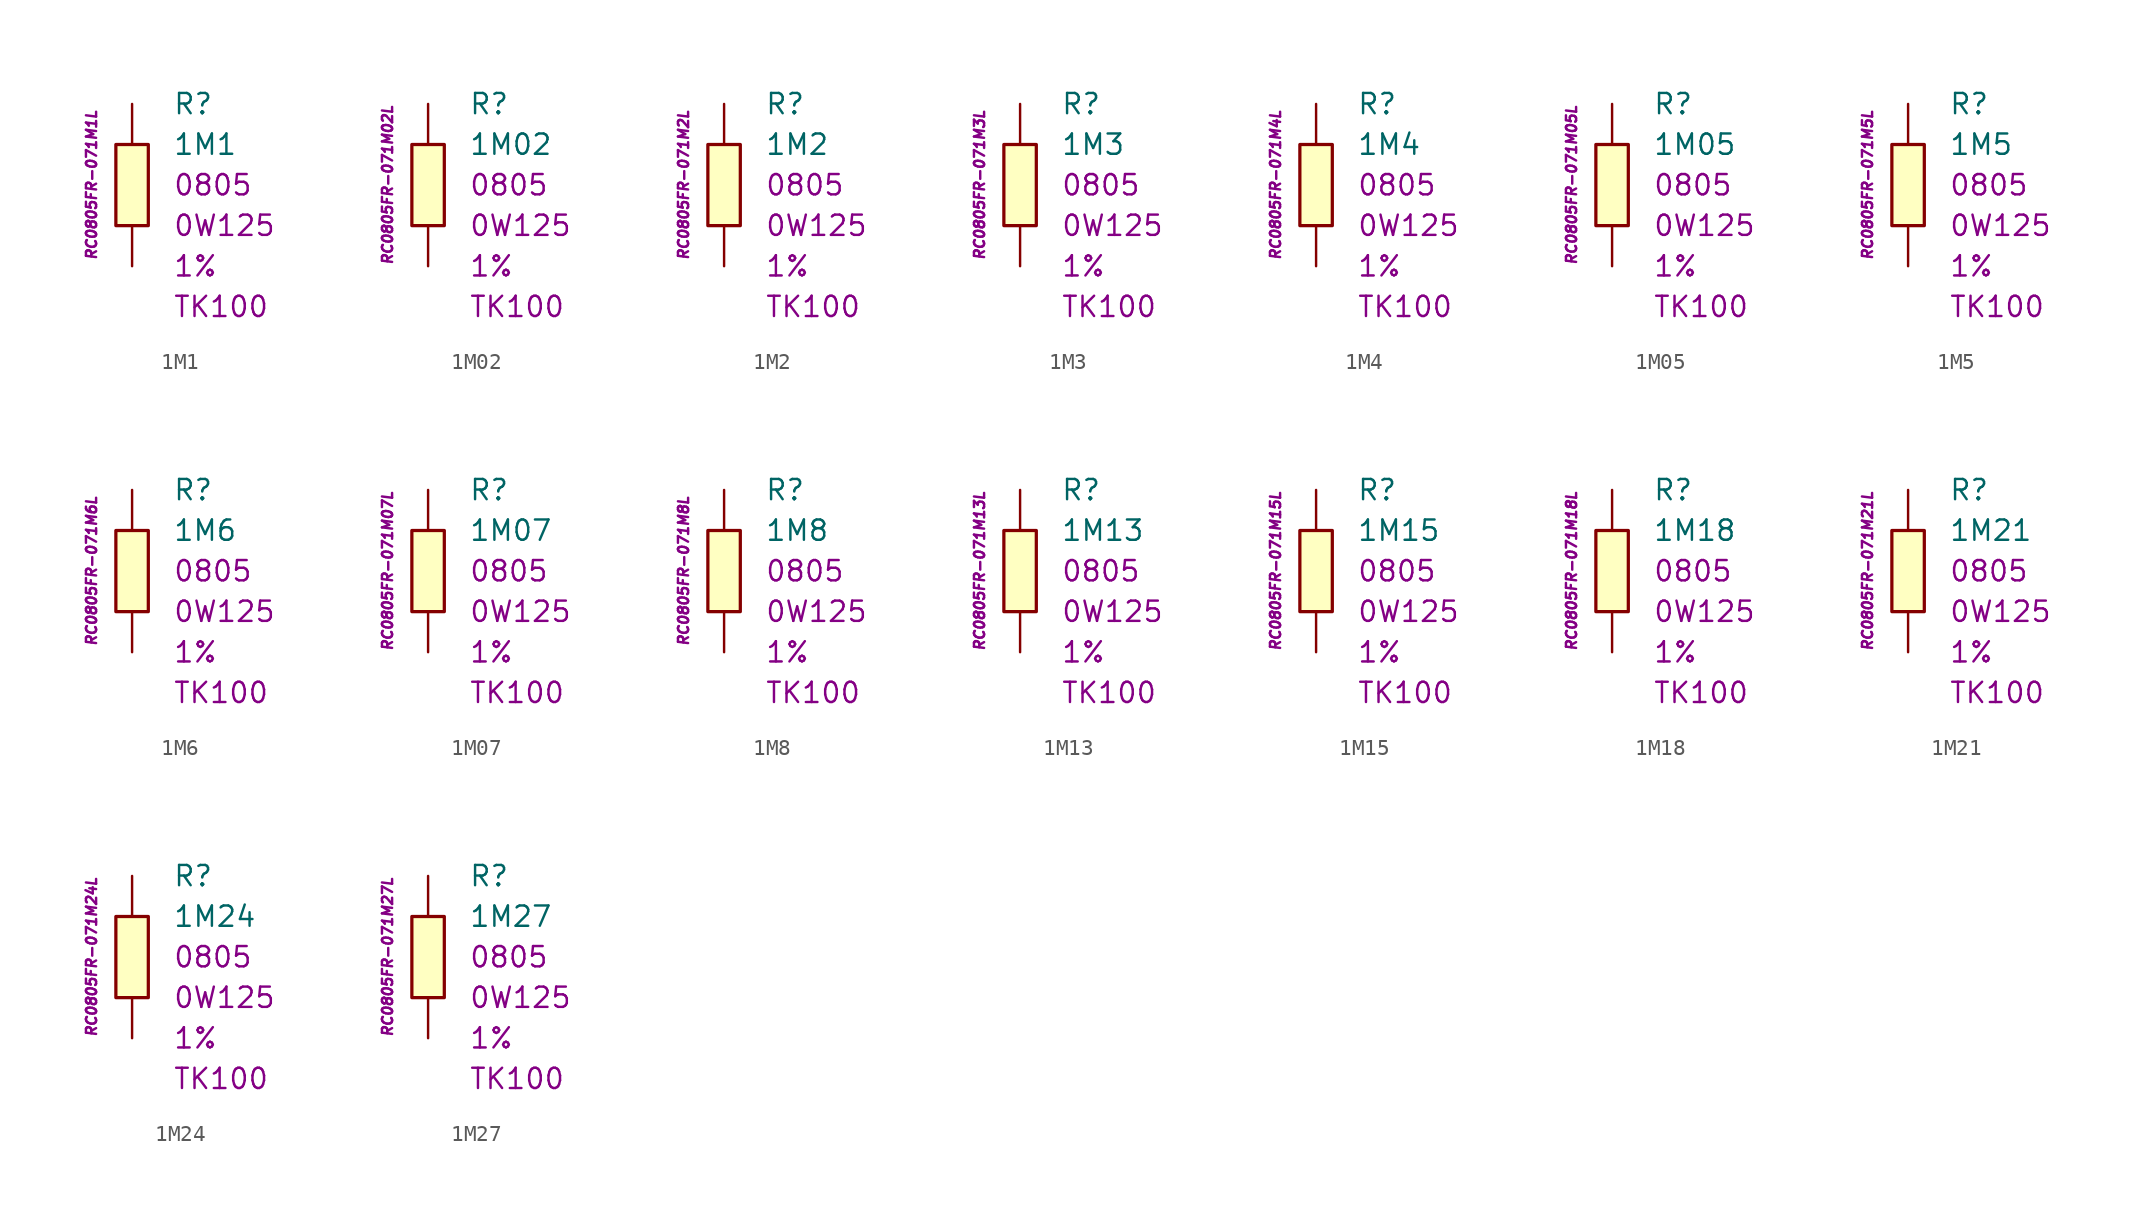
<source format=kicad_sym>
(kicad_symbol_lib
  (version 20201005)
  (generator kicad_symbol_editor)
  (symbol "1M1"
    (pin_numbers hide)
    (pin_names
      (offset 1.016) hide)
    (property "Reference" "R"
      (at 2.54 5.08 0)
      (effects (font (size 1.27 1.27)) (justify left)))
    (property "Value" "1M1"
      (at 2.54 2.54 0)
      (effects (font (size 1.27 1.27)) (justify left)))
    (property "Package" "0805"
      (at 2.54 0 0)
      (effects (font (size 1.27 1.27)) (justify left)))
    (property "Power" "0W125"
      (at 2.54 -2.54 0)
      (effects (font (size 1.27 1.27)) (justify left)))
    (property "Tolerance" "1%"
      (at 2.54 -5.08 0)
      (effects (font (size 1.27 1.27)) (justify left)))
    (property "TK" "TK100"
      (at 2.54 -7.62 0)
      (effects (font (size 1.27 1.27)) (justify left)))
    (property "ID" "RC0805FR-071M1L"
      (at -2.54 0 90)
      (effects (font (size 0.635 0.635) italic)))
    (symbol "1M1_0_1"
      (rectangle (start -1.016 2.54) (end 1.016 -2.54) (stroke (width 0.203)) (fill (type background))))
    (symbol "1M1_1_1"
      (pin passive line (at 0 5.08 270) (length 2.54) (name "~" (effects (font (size 1.778 1.778)))) (number "1" (effects (font (size 1.778 1.778)))))
      (pin passive line (at 0 -5.08 90) (length 2.54) (name "~" (effects (font (size 1.778 1.778)))) (number "2" (effects (font (size 1.778 1.778)))))))
  (symbol "1M02"
    (pin_numbers hide)
    (pin_names
      (offset 1.016) hide)
    (property "Reference" "R"
      (at 2.54 5.08 0)
      (effects (font (size 1.27 1.27)) (justify left)))
    (property "Value" "1M02"
      (at 2.54 2.54 0)
      (effects (font (size 1.27 1.27)) (justify left)))
    (property "Package" "0805"
      (at 2.54 0 0)
      (effects (font (size 1.27 1.27)) (justify left)))
    (property "Power" "0W125"
      (at 2.54 -2.54 0)
      (effects (font (size 1.27 1.27)) (justify left)))
    (property "Tolerance" "1%"
      (at 2.54 -5.08 0)
      (effects (font (size 1.27 1.27)) (justify left)))
    (property "TK" "TK100"
      (at 2.54 -7.62 0)
      (effects (font (size 1.27 1.27)) (justify left)))
    (property "ID" "RC0805FR-071M02L"
      (at -2.54 0 90)
      (effects (font (size 0.635 0.635) italic)))
    (symbol "1M02_0_1"
      (rectangle (start -1.016 2.54) (end 1.016 -2.54) (stroke (width 0.203)) (fill (type background))))
    (symbol "1M02_1_1"
      (pin passive line (at 0 5.08 270) (length 2.54) (name "~" (effects (font (size 1.778 1.778)))) (number "1" (effects (font (size 1.778 1.778)))))
      (pin passive line (at 0 -5.08 90) (length 2.54) (name "~" (effects (font (size 1.778 1.778)))) (number "2" (effects (font (size 1.778 1.778)))))))
  (symbol "1M2"
    (pin_numbers hide)
    (pin_names
      (offset 1.016) hide)
    (property "Reference" "R"
      (at 2.54 5.08 0)
      (effects (font (size 1.27 1.27)) (justify left)))
    (property "Value" "1M2"
      (at 2.54 2.54 0)
      (effects (font (size 1.27 1.27)) (justify left)))
    (property "Package" "0805"
      (at 2.54 0 0)
      (effects (font (size 1.27 1.27)) (justify left)))
    (property "Power" "0W125"
      (at 2.54 -2.54 0)
      (effects (font (size 1.27 1.27)) (justify left)))
    (property "Tolerance" "1%"
      (at 2.54 -5.08 0)
      (effects (font (size 1.27 1.27)) (justify left)))
    (property "TK" "TK100"
      (at 2.54 -7.62 0)
      (effects (font (size 1.27 1.27)) (justify left)))
    (property "ID" "RC0805FR-071M2L"
      (at -2.54 0 90)
      (effects (font (size 0.635 0.635) italic)))
    (symbol "1M2_0_1"
      (rectangle (start -1.016 2.54) (end 1.016 -2.54) (stroke (width 0.203)) (fill (type background))))
    (symbol "1M2_1_1"
      (pin passive line (at 0 5.08 270) (length 2.54) (name "~" (effects (font (size 1.778 1.778)))) (number "1" (effects (font (size 1.778 1.778)))))
      (pin passive line (at 0 -5.08 90) (length 2.54) (name "~" (effects (font (size 1.778 1.778)))) (number "2" (effects (font (size 1.778 1.778)))))))
  (symbol "1M3"
    (pin_numbers hide)
    (pin_names
      (offset 1.016) hide)
    (property "Reference" "R"
      (at 2.54 5.08 0)
      (effects (font (size 1.27 1.27)) (justify left)))
    (property "Value" "1M3"
      (at 2.54 2.54 0)
      (effects (font (size 1.27 1.27)) (justify left)))
    (property "Package" "0805"
      (at 2.54 0 0)
      (effects (font (size 1.27 1.27)) (justify left)))
    (property "Power" "0W125"
      (at 2.54 -2.54 0)
      (effects (font (size 1.27 1.27)) (justify left)))
    (property "Tolerance" "1%"
      (at 2.54 -5.08 0)
      (effects (font (size 1.27 1.27)) (justify left)))
    (property "TK" "TK100"
      (at 2.54 -7.62 0)
      (effects (font (size 1.27 1.27)) (justify left)))
    (property "ID" "RC0805FR-071M3L"
      (at -2.54 0 90)
      (effects (font (size 0.635 0.635) italic)))
    (symbol "1M3_0_1"
      (rectangle (start -1.016 2.54) (end 1.016 -2.54) (stroke (width 0.203)) (fill (type background))))
    (symbol "1M3_1_1"
      (pin passive line (at 0 5.08 270) (length 2.54) (name "~" (effects (font (size 1.778 1.778)))) (number "1" (effects (font (size 1.778 1.778)))))
      (pin passive line (at 0 -5.08 90) (length 2.54) (name "~" (effects (font (size 1.778 1.778)))) (number "2" (effects (font (size 1.778 1.778)))))))
  (symbol "1M4"
    (pin_numbers hide)
    (pin_names
      (offset 1.016) hide)
    (property "Reference" "R"
      (at 2.54 5.08 0)
      (effects (font (size 1.27 1.27)) (justify left)))
    (property "Value" "1M4"
      (at 2.54 2.54 0)
      (effects (font (size 1.27 1.27)) (justify left)))
    (property "Package" "0805"
      (at 2.54 0 0)
      (effects (font (size 1.27 1.27)) (justify left)))
    (property "Power" "0W125"
      (at 2.54 -2.54 0)
      (effects (font (size 1.27 1.27)) (justify left)))
    (property "Tolerance" "1%"
      (at 2.54 -5.08 0)
      (effects (font (size 1.27 1.27)) (justify left)))
    (property "TK" "TK100"
      (at 2.54 -7.62 0)
      (effects (font (size 1.27 1.27)) (justify left)))
    (property "ID" "RC0805FR-071M4L"
      (at -2.54 0 90)
      (effects (font (size 0.635 0.635) italic)))
    (symbol "1M4_0_1"
      (rectangle (start -1.016 2.54) (end 1.016 -2.54) (stroke (width 0.203)) (fill (type background))))
    (symbol "1M4_1_1"
      (pin passive line (at 0 5.08 270) (length 2.54) (name "~" (effects (font (size 1.778 1.778)))) (number "1" (effects (font (size 1.778 1.778)))))
      (pin passive line (at 0 -5.08 90) (length 2.54) (name "~" (effects (font (size 1.778 1.778)))) (number "2" (effects (font (size 1.778 1.778)))))))
  (symbol "1M05"
    (pin_numbers hide)
    (pin_names
      (offset 1.016) hide)
    (property "Reference" "R"
      (at 2.54 5.08 0)
      (effects (font (size 1.27 1.27)) (justify left)))
    (property "Value" "1M05"
      (at 2.54 2.54 0)
      (effects (font (size 1.27 1.27)) (justify left)))
    (property "Package" "0805"
      (at 2.54 0 0)
      (effects (font (size 1.27 1.27)) (justify left)))
    (property "Power" "0W125"
      (at 2.54 -2.54 0)
      (effects (font (size 1.27 1.27)) (justify left)))
    (property "Tolerance" "1%"
      (at 2.54 -5.08 0)
      (effects (font (size 1.27 1.27)) (justify left)))
    (property "TK" "TK100"
      (at 2.54 -7.62 0)
      (effects (font (size 1.27 1.27)) (justify left)))
    (property "ID" "RC0805FR-071M05L"
      (at -2.54 0 90)
      (effects (font (size 0.635 0.635) italic)))
    (symbol "1M05_0_1"
      (rectangle (start -1.016 2.54) (end 1.016 -2.54) (stroke (width 0.203)) (fill (type background))))
    (symbol "1M05_1_1"
      (pin passive line (at 0 5.08 270) (length 2.54) (name "~" (effects (font (size 1.778 1.778)))) (number "1" (effects (font (size 1.778 1.778)))))
      (pin passive line (at 0 -5.08 90) (length 2.54) (name "~" (effects (font (size 1.778 1.778)))) (number "2" (effects (font (size 1.778 1.778)))))))
  (symbol "1M5"
    (pin_numbers hide)
    (pin_names
      (offset 1.016) hide)
    (property "Reference" "R"
      (at 2.54 5.08 0)
      (effects (font (size 1.27 1.27)) (justify left)))
    (property "Value" "1M5"
      (at 2.54 2.54 0)
      (effects (font (size 1.27 1.27)) (justify left)))
    (property "Package" "0805"
      (at 2.54 0 0)
      (effects (font (size 1.27 1.27)) (justify left)))
    (property "Power" "0W125"
      (at 2.54 -2.54 0)
      (effects (font (size 1.27 1.27)) (justify left)))
    (property "Tolerance" "1%"
      (at 2.54 -5.08 0)
      (effects (font (size 1.27 1.27)) (justify left)))
    (property "TK" "TK100"
      (at 2.54 -7.62 0)
      (effects (font (size 1.27 1.27)) (justify left)))
    (property "ID" "RC0805FR-071M5L"
      (at -2.54 0 90)
      (effects (font (size 0.635 0.635) italic)))
    (symbol "1M5_0_1"
      (rectangle (start -1.016 2.54) (end 1.016 -2.54) (stroke (width 0.203)) (fill (type background))))
    (symbol "1M5_1_1"
      (pin passive line (at 0 5.08 270) (length 2.54) (name "~" (effects (font (size 1.778 1.778)))) (number "1" (effects (font (size 1.778 1.778)))))
      (pin passive line (at 0 -5.08 90) (length 2.54) (name "~" (effects (font (size 1.778 1.778)))) (number "2" (effects (font (size 1.778 1.778)))))))
  (symbol "1M6"
    (pin_numbers hide)
    (pin_names
      (offset 1.016) hide)
    (property "Reference" "R"
      (at 2.54 5.08 0)
      (effects (font (size 1.27 1.27)) (justify left)))
    (property "Value" "1M6"
      (at 2.54 2.54 0)
      (effects (font (size 1.27 1.27)) (justify left)))
    (property "Package" "0805"
      (at 2.54 0 0)
      (effects (font (size 1.27 1.27)) (justify left)))
    (property "Power" "0W125"
      (at 2.54 -2.54 0)
      (effects (font (size 1.27 1.27)) (justify left)))
    (property "Tolerance" "1%"
      (at 2.54 -5.08 0)
      (effects (font (size 1.27 1.27)) (justify left)))
    (property "TK" "TK100"
      (at 2.54 -7.62 0)
      (effects (font (size 1.27 1.27)) (justify left)))
    (property "ID" "RC0805FR-071M6L"
      (at -2.54 0 90)
      (effects (font (size 0.635 0.635) italic)))
    (symbol "1M6_0_1"
      (rectangle (start -1.016 2.54) (end 1.016 -2.54) (stroke (width 0.203)) (fill (type background))))
    (symbol "1M6_1_1"
      (pin passive line (at 0 5.08 270) (length 2.54) (name "~" (effects (font (size 1.778 1.778)))) (number "1" (effects (font (size 1.778 1.778)))))
      (pin passive line (at 0 -5.08 90) (length 2.54) (name "~" (effects (font (size 1.778 1.778)))) (number "2" (effects (font (size 1.778 1.778)))))))
  (symbol "1M07"
    (pin_numbers hide)
    (pin_names
      (offset 1.016) hide)
    (property "Reference" "R"
      (at 2.54 5.08 0)
      (effects (font (size 1.27 1.27)) (justify left)))
    (property "Value" "1M07"
      (at 2.54 2.54 0)
      (effects (font (size 1.27 1.27)) (justify left)))
    (property "Package" "0805"
      (at 2.54 0 0)
      (effects (font (size 1.27 1.27)) (justify left)))
    (property "Power" "0W125"
      (at 2.54 -2.54 0)
      (effects (font (size 1.27 1.27)) (justify left)))
    (property "Tolerance" "1%"
      (at 2.54 -5.08 0)
      (effects (font (size 1.27 1.27)) (justify left)))
    (property "TK" "TK100"
      (at 2.54 -7.62 0)
      (effects (font (size 1.27 1.27)) (justify left)))
    (property "ID" "RC0805FR-071M07L"
      (at -2.54 0 90)
      (effects (font (size 0.635 0.635) italic)))
    (symbol "1M07_0_1"
      (rectangle (start -1.016 2.54) (end 1.016 -2.54) (stroke (width 0.203)) (fill (type background))))
    (symbol "1M07_1_1"
      (pin passive line (at 0 5.08 270) (length 2.54) (name "~" (effects (font (size 1.778 1.778)))) (number "1" (effects (font (size 1.778 1.778)))))
      (pin passive line (at 0 -5.08 90) (length 2.54) (name "~" (effects (font (size 1.778 1.778)))) (number "2" (effects (font (size 1.778 1.778)))))))
  (symbol "1M8"
    (pin_numbers hide)
    (pin_names
      (offset 1.016) hide)
    (property "Reference" "R"
      (at 2.54 5.08 0)
      (effects (font (size 1.27 1.27)) (justify left)))
    (property "Value" "1M8"
      (at 2.54 2.54 0)
      (effects (font (size 1.27 1.27)) (justify left)))
    (property "Package" "0805"
      (at 2.54 0 0)
      (effects (font (size 1.27 1.27)) (justify left)))
    (property "Power" "0W125"
      (at 2.54 -2.54 0)
      (effects (font (size 1.27 1.27)) (justify left)))
    (property "Tolerance" "1%"
      (at 2.54 -5.08 0)
      (effects (font (size 1.27 1.27)) (justify left)))
    (property "TK" "TK100"
      (at 2.54 -7.62 0)
      (effects (font (size 1.27 1.27)) (justify left)))
    (property "ID" "RC0805FR-071M8L"
      (at -2.54 0 90)
      (effects (font (size 0.635 0.635) italic)))
    (symbol "1M8_0_1"
      (rectangle (start -1.016 2.54) (end 1.016 -2.54) (stroke (width 0.203)) (fill (type background))))
    (symbol "1M8_1_1"
      (pin passive line (at 0 5.08 270) (length 2.54) (name "~" (effects (font (size 1.778 1.778)))) (number "1" (effects (font (size 1.778 1.778)))))
      (pin passive line (at 0 -5.08 90) (length 2.54) (name "~" (effects (font (size 1.778 1.778)))) (number "2" (effects (font (size 1.778 1.778)))))))
  (symbol "1M13"
    (pin_numbers hide)
    (pin_names
      (offset 1.016) hide)
    (property "Reference" "R"
      (at 2.54 5.08 0)
      (effects (font (size 1.27 1.27)) (justify left)))
    (property "Value" "1M13"
      (at 2.54 2.54 0)
      (effects (font (size 1.27 1.27)) (justify left)))
    (property "Package" "0805"
      (at 2.54 0 0)
      (effects (font (size 1.27 1.27)) (justify left)))
    (property "Power" "0W125"
      (at 2.54 -2.54 0)
      (effects (font (size 1.27 1.27)) (justify left)))
    (property "Tolerance" "1%"
      (at 2.54 -5.08 0)
      (effects (font (size 1.27 1.27)) (justify left)))
    (property "TK" "TK100"
      (at 2.54 -7.62 0)
      (effects (font (size 1.27 1.27)) (justify left)))
    (property "ID" "RC0805FR-071M13L"
      (at -2.54 0 90)
      (effects (font (size 0.635 0.635) italic)))
    (symbol "1M13_0_1"
      (rectangle (start -1.016 2.54) (end 1.016 -2.54) (stroke (width 0.203)) (fill (type background))))
    (symbol "1M13_1_1"
      (pin passive line (at 0 5.08 270) (length 2.54) (name "~" (effects (font (size 1.778 1.778)))) (number "1" (effects (font (size 1.778 1.778)))))
      (pin passive line (at 0 -5.08 90) (length 2.54) (name "~" (effects (font (size 1.778 1.778)))) (number "2" (effects (font (size 1.778 1.778)))))))
  (symbol "1M15"
    (pin_numbers hide)
    (pin_names
      (offset 1.016) hide)
    (property "Reference" "R"
      (at 2.54 5.08 0)
      (effects (font (size 1.27 1.27)) (justify left)))
    (property "Value" "1M15"
      (at 2.54 2.54 0)
      (effects (font (size 1.27 1.27)) (justify left)))
    (property "Package" "0805"
      (at 2.54 0 0)
      (effects (font (size 1.27 1.27)) (justify left)))
    (property "Power" "0W125"
      (at 2.54 -2.54 0)
      (effects (font (size 1.27 1.27)) (justify left)))
    (property "Tolerance" "1%"
      (at 2.54 -5.08 0)
      (effects (font (size 1.27 1.27)) (justify left)))
    (property "TK" "TK100"
      (at 2.54 -7.62 0)
      (effects (font (size 1.27 1.27)) (justify left)))
    (property "ID" "RC0805FR-071M15L"
      (at -2.54 0 90)
      (effects (font (size 0.635 0.635) italic)))
    (symbol "1M15_0_1"
      (rectangle (start -1.016 2.54) (end 1.016 -2.54) (stroke (width 0.203)) (fill (type background))))
    (symbol "1M15_1_1"
      (pin passive line (at 0 5.08 270) (length 2.54) (name "~" (effects (font (size 1.778 1.778)))) (number "1" (effects (font (size 1.778 1.778)))))
      (pin passive line (at 0 -5.08 90) (length 2.54) (name "~" (effects (font (size 1.778 1.778)))) (number "2" (effects (font (size 1.778 1.778)))))))
  (symbol "1M18"
    (pin_numbers hide)
    (pin_names
      (offset 1.016) hide)
    (property "Reference" "R"
      (at 2.54 5.08 0)
      (effects (font (size 1.27 1.27)) (justify left)))
    (property "Value" "1M18"
      (at 2.54 2.54 0)
      (effects (font (size 1.27 1.27)) (justify left)))
    (property "Package" "0805"
      (at 2.54 0 0)
      (effects (font (size 1.27 1.27)) (justify left)))
    (property "Power" "0W125"
      (at 2.54 -2.54 0)
      (effects (font (size 1.27 1.27)) (justify left)))
    (property "Tolerance" "1%"
      (at 2.54 -5.08 0)
      (effects (font (size 1.27 1.27)) (justify left)))
    (property "TK" "TK100"
      (at 2.54 -7.62 0)
      (effects (font (size 1.27 1.27)) (justify left)))
    (property "ID" "RC0805FR-071M18L"
      (at -2.54 0 90)
      (effects (font (size 0.635 0.635) italic)))
    (symbol "1M18_0_1"
      (rectangle (start -1.016 2.54) (end 1.016 -2.54) (stroke (width 0.203)) (fill (type background))))
    (symbol "1M18_1_1"
      (pin passive line (at 0 5.08 270) (length 2.54) (name "~" (effects (font (size 1.778 1.778)))) (number "1" (effects (font (size 1.778 1.778)))))
      (pin passive line (at 0 -5.08 90) (length 2.54) (name "~" (effects (font (size 1.778 1.778)))) (number "2" (effects (font (size 1.778 1.778)))))))
  (symbol "1M21"
    (pin_numbers hide)
    (pin_names
      (offset 1.016) hide)
    (property "Reference" "R"
      (at 2.54 5.08 0)
      (effects (font (size 1.27 1.27)) (justify left)))
    (property "Value" "1M21"
      (at 2.54 2.54 0)
      (effects (font (size 1.27 1.27)) (justify left)))
    (property "Package" "0805"
      (at 2.54 0 0)
      (effects (font (size 1.27 1.27)) (justify left)))
    (property "Power" "0W125"
      (at 2.54 -2.54 0)
      (effects (font (size 1.27 1.27)) (justify left)))
    (property "Tolerance" "1%"
      (at 2.54 -5.08 0)
      (effects (font (size 1.27 1.27)) (justify left)))
    (property "TK" "TK100"
      (at 2.54 -7.62 0)
      (effects (font (size 1.27 1.27)) (justify left)))
    (property "ID" "RC0805FR-071M21L"
      (at -2.54 0 90)
      (effects (font (size 0.635 0.635) italic)))
    (symbol "1M21_0_1"
      (rectangle (start -1.016 2.54) (end 1.016 -2.54) (stroke (width 0.203)) (fill (type background))))
    (symbol "1M21_1_1"
      (pin passive line (at 0 5.08 270) (length 2.54) (name "~" (effects (font (size 1.778 1.778)))) (number "1" (effects (font (size 1.778 1.778)))))
      (pin passive line (at 0 -5.08 90) (length 2.54) (name "~" (effects (font (size 1.778 1.778)))) (number "2" (effects (font (size 1.778 1.778)))))))
  (symbol "1M24"
    (pin_numbers hide)
    (pin_names
      (offset 1.016) hide)
    (property "Reference" "R"
      (at 2.54 5.08 0)
      (effects (font (size 1.27 1.27)) (justify left)))
    (property "Value" "1M24"
      (at 2.54 2.54 0)
      (effects (font (size 1.27 1.27)) (justify left)))
    (property "Package" "0805"
      (at 2.54 0 0)
      (effects (font (size 1.27 1.27)) (justify left)))
    (property "Power" "0W125"
      (at 2.54 -2.54 0)
      (effects (font (size 1.27 1.27)) (justify left)))
    (property "Tolerance" "1%"
      (at 2.54 -5.08 0)
      (effects (font (size 1.27 1.27)) (justify left)))
    (property "TK" "TK100"
      (at 2.54 -7.62 0)
      (effects (font (size 1.27 1.27)) (justify left)))
    (property "ID" "RC0805FR-071M24L"
      (at -2.54 0 90)
      (effects (font (size 0.635 0.635) italic)))
    (symbol "1M24_0_1"
      (rectangle (start -1.016 2.54) (end 1.016 -2.54) (stroke (width 0.203)) (fill (type background))))
    (symbol "1M24_1_1"
      (pin passive line (at 0 5.08 270) (length 2.54) (name "~" (effects (font (size 1.778 1.778)))) (number "1" (effects (font (size 1.778 1.778)))))
      (pin passive line (at 0 -5.08 90) (length 2.54) (name "~" (effects (font (size 1.778 1.778)))) (number "2" (effects (font (size 1.778 1.778)))))))
  (symbol "1M27"
    (pin_numbers hide)
    (pin_names
      (offset 1.016) hide)
    (property "Reference" "R"
      (at 2.54 5.08 0)
      (effects (font (size 1.27 1.27)) (justify left)))
    (property "Value" "1M27"
      (at 2.54 2.54 0)
      (effects (font (size 1.27 1.27)) (justify left)))
    (property "Package" "0805"
      (at 2.54 0 0)
      (effects (font (size 1.27 1.27)) (justify left)))
    (property "Power" "0W125"
      (at 2.54 -2.54 0)
      (effects (font (size 1.27 1.27)) (justify left)))
    (property "Tolerance" "1%"
      (at 2.54 -5.08 0)
      (effects (font (size 1.27 1.27)) (justify left)))
    (property "TK" "TK100"
      (at 2.54 -7.62 0)
      (effects (font (size 1.27 1.27)) (justify left)))
    (property "ID" "RC0805FR-071M27L"
      (at -2.54 0 90)
      (effects (font (size 0.635 0.635) italic)))
    (symbol "1M27_0_1"
      (rectangle (start -1.016 2.54) (end 1.016 -2.54) (stroke (width 0.203)) (fill (type background))))
    (symbol "1M27_1_1"
      (pin passive line (at 0 5.08 270) (length 2.54) (name "~" (effects (font (size 1.778 1.778)))) (number "1" (effects (font (size 1.778 1.778)))))
      (pin passive line (at 0 -5.08 90) (length 2.54) (name "~" (effects (font (size 1.778 1.778)))) (number "2" (effects (font (size 1.778 1.778))))))))
</source>
